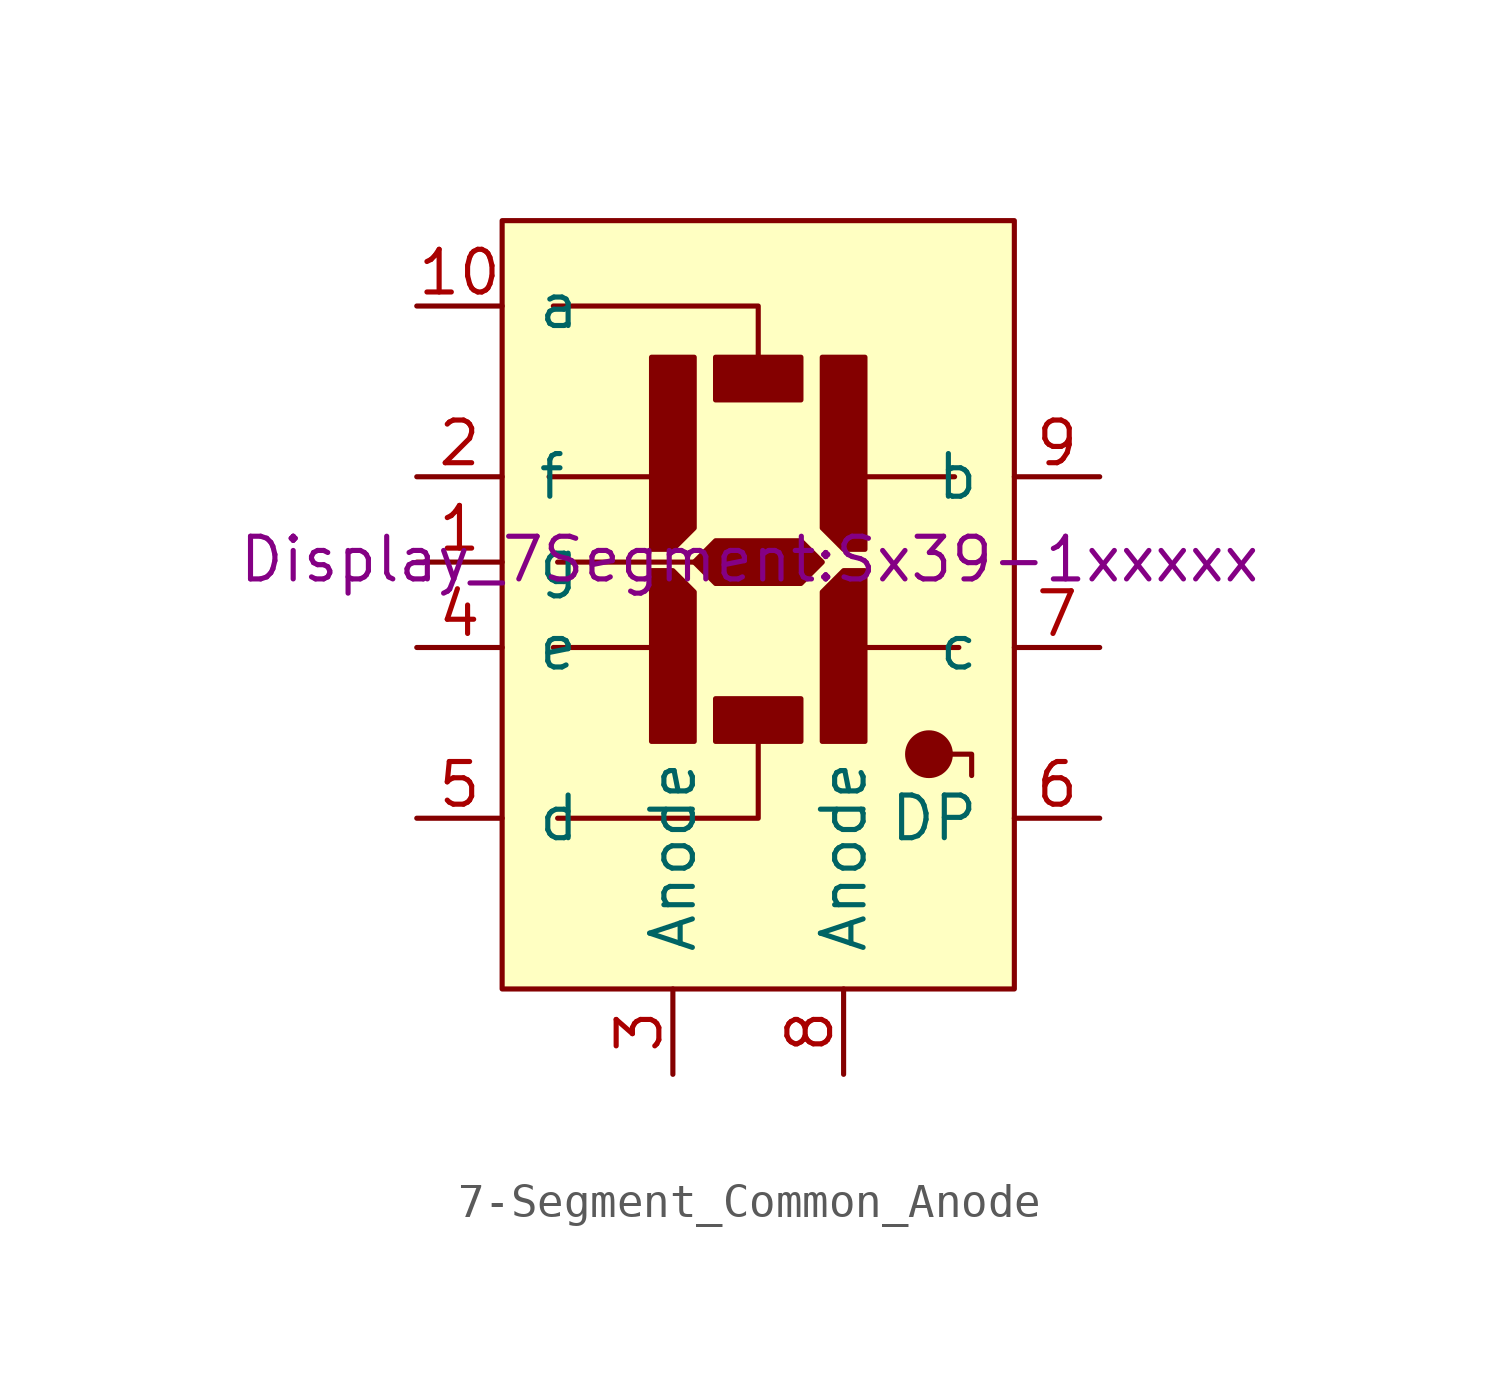
<source format=kicad_sym>
(kicad_symbol_lib
  (version 20211014)
  (generator kicad_symbol_editor)
  (symbol "7-Segment_Common_Anode"
    (pin_names
      (offset 1.016))
    (property "Reference" "#G"
      (at 0 61.792 0)
      (effects (font (size 1.27 1.27)) hide))
    (property "Footprint" "Display_7Segment:Sx39-1xxxxx"
      (at 0 0 0)
      (effects (font (size 1.27 1.27))))
    (symbol "7-Segment_Common_Anode_0_1"
      (rectangle (start -7.36 10.08) (end 7.88 -12.78) (stroke (width 0) (type default) (color 0 0 0 0)) (fill (type background)))
      (rectangle (start -1.01 -4.144) (end 1.53 -5.414) (stroke (width 0) (type default) (color 0 0 0 0)) (fill (type outline)))
      (polyline (pts (xy -5.963 2.46) (xy -2.28 2.46)) (stroke (width 0) (type default) (color 0 0 0 0)) (fill (type none)))
      (polyline (pts (xy -5.836 -2.62) (xy -2.28 -2.62)) (stroke (width 0) (type default) (color 0 0 0 0)) (fill (type none)))
      (polyline (pts (xy -5.709 -0.08) (xy 0.26 -0.08)) (stroke (width 0) (type default) (color 0 0 0 0)) (fill (type none)))
      (polyline (pts (xy 6.102 2.46) (xy 2.8 2.46)) (stroke (width 0) (type default) (color 0 0 0 0)) (fill (type none)))
      (polyline (pts (xy 6.229 -2.62) (xy 2.8 -2.62)) (stroke (width 0) (type default) (color 0 0 0 0)) (fill (type none)))
      (polyline (pts (xy -5.836 7.54) (xy 0.26 7.54) (xy 0.26 5)) (stroke (width 0) (type default) (color 0 0 0 0)) (fill (type none)))
      (polyline (pts (xy -5.709 -7.7) (xy 0.26 -7.7) (xy 0.26 -5.16)) (stroke (width 0) (type default) (color 0 0 0 0)) (fill (type none)))
      (polyline (pts (xy 6.61 -6.43) (xy 6.61 -5.795) (xy 5.34 -5.795)) (stroke (width 0) (type default) (color 0 0 0 0)) (fill (type none)))
      (polyline (pts (xy -1.645 0.936) (xy -2.28 0.301) (xy -2.915 0.301) (xy -2.915 6.016) (xy -1.645 6.016) (xy -1.645 0.936)) (stroke (width 0) (type default) (color 0 0 0 0)) (fill (type outline)))
      (polyline (pts (xy 2.165 -0.969) (xy 2.8 -0.334) (xy 3.435 -0.334) (xy 3.435 -5.414) (xy 2.165 -5.414) (xy 2.165 -0.969)) (stroke (width 0) (type default) (color 0 0 0 0)) (fill (type outline)))
      (polyline (pts (xy 2.165 0.936) (xy 2.8 0.301) (xy 3.435 0.301) (xy 3.435 6.016) (xy 2.165 6.016) (xy 2.165 0.936)) (stroke (width 0) (type default) (color 0 0 0 0)) (fill (type outline)))
      (polyline (pts (xy -1.645 -0.969) (xy -2.28 -0.334) (xy -2.915 -0.334) (xy -2.915 -5.414) (xy -2.28 -5.414) (xy -1.645 -5.414) (xy -1.645 -0.969)) (stroke (width 0) (type default) (color 0 0 0 0)) (fill (type outline)))
      (polyline (pts (xy -1.645 -0.08) (xy -1.01 0.555) (xy 1.53 0.555) (xy 2.165 -0.08) (xy 1.53 -0.715) (xy -1.01 -0.715) (xy -1.645 -0.08)) (stroke (width 0) (type default) (color 0 0 0 0)) (fill (type outline)))
      (rectangle (start 1.53 4.746) (end -1.01 6.016) (stroke (width 0) (type default) (color 0 0 0 0)) (fill (type outline)))
      (circle (center 5.34 -5.795) (radius 0.635) (stroke (width 0) (type default) (color 0 0 0 0)) (fill (type outline))))
    (symbol "7-Segment_Common_Anode_1_0"
      (pin passive line (at -2.28 -15.32 90) (length 2.54) (name "Anode" (effects (font (size 1.27 1.27)))) (number "3" (effects (font (size 1.27 1.27)))))
      (pin passive line (at 2.8 -15.32 90) (length 2.54) (name "Anode" (effects (font (size 1.27 1.27)))) (number "8" (effects (font (size 1.27 1.27))))))
    (symbol "7-Segment_Common_Anode_1_1"
      (pin input line (at -9.9 -0.08 0) (length 2.54) (name "g" (effects (font (size 1.27 1.27)))) (number "1" (effects (font (size 1.27 1.27)))))
      (pin input line (at -9.9 7.54 0) (length 2.54) (name "a" (effects (font (size 1.27 1.27)))) (number "10" (effects (font (size 1.27 1.27)))))
      (pin input line (at -9.9 2.46 0) (length 2.54) (name "f" (effects (font (size 1.27 1.27)))) (number "2" (effects (font (size 1.27 1.27)))))
      (pin input line (at -9.9 -2.62 0) (length 2.54) (name "e" (effects (font (size 1.27 1.27)))) (number "4" (effects (font (size 1.27 1.27)))))
      (pin input line (at -9.9 -7.7 0) (length 2.54) (name "d" (effects (font (size 1.27 1.27)))) (number "5" (effects (font (size 1.27 1.27)))))
      (pin input line (at 10.42 -7.7 180) (length 2.54) (name "DP" (effects (font (size 1.27 1.27)))) (number "6" (effects (font (size 1.27 1.27)))))
      (pin input line (at 10.42 -2.62 180) (length 2.54) (name "c" (effects (font (size 1.27 1.27)))) (number "7" (effects (font (size 1.27 1.27)))))
      (pin input line (at 10.42 2.46 180) (length 2.54) (name "b" (effects (font (size 1.27 1.27)))) (number "9" (effects (font (size 1.27 1.27))))))))
</source>
